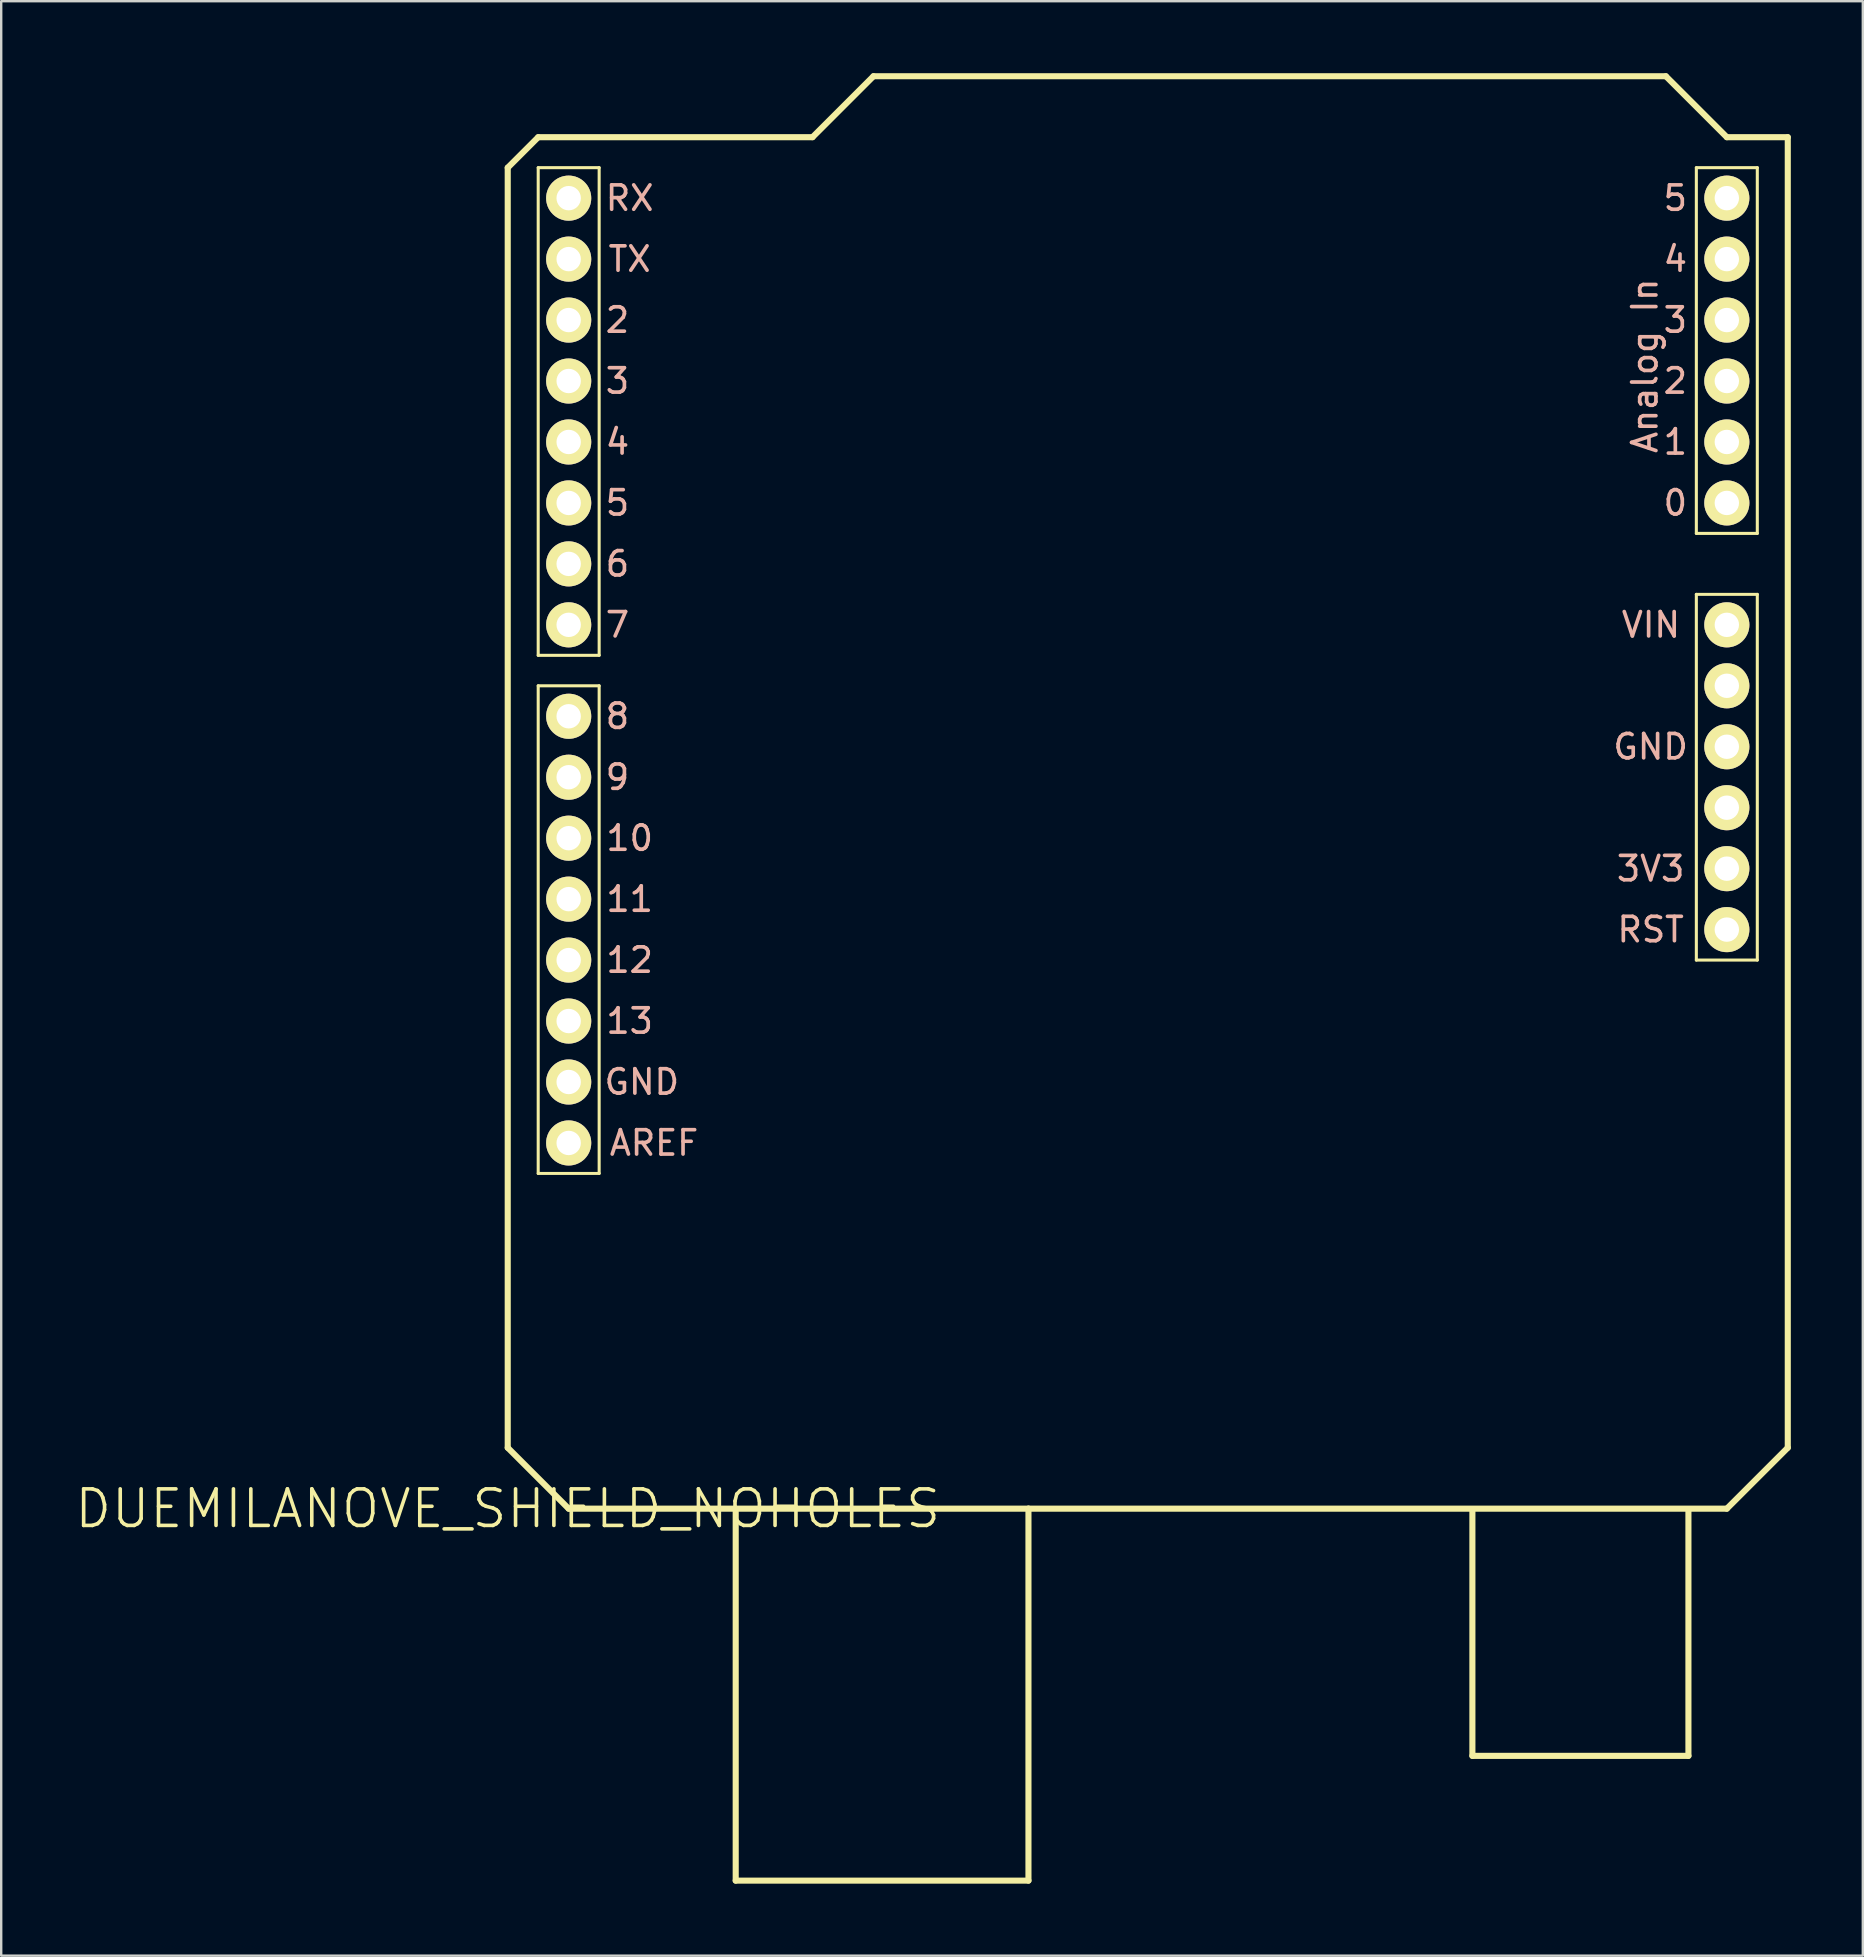
<source format=kicad_pcb>
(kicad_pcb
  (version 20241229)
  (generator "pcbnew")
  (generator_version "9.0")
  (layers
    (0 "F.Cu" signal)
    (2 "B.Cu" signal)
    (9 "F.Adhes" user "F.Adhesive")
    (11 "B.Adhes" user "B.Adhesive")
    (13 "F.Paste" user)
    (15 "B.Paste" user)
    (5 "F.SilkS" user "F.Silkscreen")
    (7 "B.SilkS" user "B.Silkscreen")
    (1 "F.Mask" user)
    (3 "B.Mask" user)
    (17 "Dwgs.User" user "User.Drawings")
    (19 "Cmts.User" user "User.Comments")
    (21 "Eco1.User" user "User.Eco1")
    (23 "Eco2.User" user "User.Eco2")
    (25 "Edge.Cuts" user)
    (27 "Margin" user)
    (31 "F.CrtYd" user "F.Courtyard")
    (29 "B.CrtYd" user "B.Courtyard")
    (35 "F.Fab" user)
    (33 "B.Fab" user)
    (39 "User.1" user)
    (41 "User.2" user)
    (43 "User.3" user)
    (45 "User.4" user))
  (footprint "DUEMILANOVE_SHIELD_NOHOLES"
    (layer "F.Cu")
    (at 18.107 59.817)
    (property "Reference" "DUEMILANOVE_SHIELD_NOHOLES" (at 0 0 0) (layer "F.SilkS") (effects (font (size 1.524 1.524) (thickness 0.15))))
    (attr exclude_from_pos_files exclude_from_bom)
    (fp_line (start 0 -55.88) (end 0 -2.54) (stroke (width 0.254) (type solid)) (layer "F.SilkS"))
    (fp_line (start 0 -2.54) (end 2.54 0) (stroke (width 0.254) (type solid)) (layer "F.SilkS"))
    (fp_line (start 1.27 -57.15) (end 0 -55.88) (stroke (width 0.254) (type solid)) (layer "F.SilkS"))
    (fp_line (start 1.27 -55.88) (end 3.81 -55.88) (stroke (width 0.127) (type solid)) (layer "F.SilkS"))
    (fp_line (start 1.27 -35.56) (end 1.27 -55.88) (stroke (width 0.127) (type solid)) (layer "F.SilkS"))
    (fp_line (start 1.27 -34.29) (end 3.81 -34.29) (stroke (width 0.127) (type solid)) (layer "F.SilkS"))
    (fp_line (start 1.27 -13.97) (end 1.27 -34.29) (stroke (width 0.127) (type solid)) (layer "F.SilkS"))
    (fp_line (start 2.54 0) (end 9.5 0) (stroke (width 0.254) (type solid)) (layer "F.SilkS"))
    (fp_line (start 3.81 -55.88) (end 3.81 -35.56) (stroke (width 0.127) (type solid)) (layer "F.SilkS"))
    (fp_line (start 3.81 -35.56) (end 1.27 -35.56) (stroke (width 0.127) (type solid)) (layer "F.SilkS"))
    (fp_line (start 3.81 -34.29) (end 3.81 -13.97) (stroke (width 0.127) (type solid)) (layer "F.SilkS"))
    (fp_line (start 3.81 -13.97) (end 1.27 -13.97) (stroke (width 0.127) (type solid)) (layer "F.SilkS"))
    (fp_line (start 9.5 0) (end 21.699 0) (stroke (width 0.254) (type solid)) (layer "F.SilkS"))
    (fp_line (start 9.5 15.499) (end 9.5 0) (stroke (width 0.254) (type solid)) (layer "F.SilkS"))
    (fp_line (start 9.5 15.499) (end 21.699 15.499) (stroke (width 0.254) (type solid)) (layer "F.SilkS"))
    (fp_line (start 12.7 -57.15) (end 1.27 -57.15) (stroke (width 0.254) (type solid)) (layer "F.SilkS"))
    (fp_line (start 15.24 -59.69) (end 12.7 -57.15) (stroke (width 0.254) (type solid)) (layer "F.SilkS"))
    (fp_line (start 21.699 0) (end 50.8 0) (stroke (width 0.254) (type solid)) (layer "F.SilkS"))
    (fp_line (start 21.699 15.499) (end 21.699 0) (stroke (width 0.254) (type solid)) (layer "F.SilkS"))
    (fp_line (start 40.198 10.3) (end 40.198 0.099) (stroke (width 0.254) (type solid)) (layer "F.SilkS"))
    (fp_line (start 40.198 10.3) (end 49.2 10.3) (stroke (width 0.254) (type solid)) (layer "F.SilkS"))
    (fp_line (start 48.26 -59.69) (end 15.24 -59.69) (stroke (width 0.254) (type solid)) (layer "F.SilkS"))
    (fp_line (start 49.2 10.3) (end 49.2 0.099) (stroke (width 0.254) (type solid)) (layer "F.SilkS"))
    (fp_line (start 49.53 -55.88) (end 52.07 -55.88) (stroke (width 0.127) (type solid)) (layer "F.SilkS"))
    (fp_line (start 49.53 -40.64) (end 49.53 -55.88) (stroke (width 0.127) (type solid)) (layer "F.SilkS"))
    (fp_line (start 49.53 -38.1) (end 52.07 -38.1) (stroke (width 0.127) (type solid)) (layer "F.SilkS"))
    (fp_line (start 49.53 -22.86) (end 49.53 -38.1) (stroke (width 0.127) (type solid)) (layer "F.SilkS"))
    (fp_line (start 50.8 -57.15) (end 48.26 -59.69) (stroke (width 0.254) (type solid)) (layer "F.SilkS"))
    (fp_line (start 50.8 0) (end 53.34 -2.54) (stroke (width 0.254) (type solid)) (layer "F.SilkS"))
    (fp_line (start 52.07 -55.88) (end 52.07 -40.64) (stroke (width 0.127) (type solid)) (layer "F.SilkS"))
    (fp_line (start 52.07 -40.64) (end 49.53 -40.64) (stroke (width 0.127) (type solid)) (layer "F.SilkS"))
    (fp_line (start 52.07 -38.1) (end 52.07 -22.86) (stroke (width 0.127) (type solid)) (layer "F.SilkS"))
    (fp_line (start 52.07 -22.86) (end 49.53 -22.86) (stroke (width 0.127) (type solid)) (layer "F.SilkS"))
    (fp_line (start 53.34 -57.15) (end 50.8 -57.15) (stroke (width 0.254) (type solid)) (layer "F.SilkS"))
    (fp_line (start 53.34 -2.54) (end 53.34 -57.15) (stroke (width 0.254) (type solid)) (layer "F.SilkS"))
    (fp_text user "GND" (at 5.588 -17.78 0) (layer "B.SilkS") (effects (font (size 1.016 1.016) (thickness 0.152))))
    (fp_text user "6" (at 4.572 -39.37 0) (layer "B.SilkS") (effects (font (size 1.016 1.016) (thickness 0.152))))
    (fp_text user "9" (at 4.572 -30.48 0) (layer "B.SilkS") (effects (font (size 1.016 1.016) (thickness 0.152))))
    (fp_text user "13" (at 5.08 -20.32 0) (layer "B.SilkS") (effects (font (size 1.016 1.016) (thickness 0.152))))
    (fp_text user "Analog In" (at 47.384 -47.625 270) (layer "B.SilkS") (effects (font (size 1.016 1.016) (thickness 0.152))))
    (fp_text user "5" (at 4.572 -41.91 0) (layer "B.SilkS") (effects (font (size 1.016 1.016) (thickness 0.152))))
    (fp_text user "11" (at 5.08 -25.4 0) (layer "B.SilkS") (effects (font (size 1.016 1.016) (thickness 0.152))))
    (fp_text user "0" (at 48.654 -41.91 180) (layer "B.SilkS") (effects (font (size 1.016 1.016) (thickness 0.152))))
    (fp_text user "RX" (at 5.08 -54.61 0) (layer "B.SilkS") (effects (font (size 1.016 1.016) (thickness 0.152))))
    (fp_text user "TX" (at 5.08 -52.07 0) (layer "B.SilkS") (effects (font (size 1.016 1.016) (thickness 0.152))))
    (fp_text user "GND" (at 47.625 -31.75 180) (layer "B.SilkS") (effects (font (size 1.016 1.016) (thickness 0.152))))
    (fp_text user "2" (at 48.654 -46.99 180) (layer "B.SilkS") (effects (font (size 1.016 1.016) (thickness 0.152))))
    (fp_text user "3V3" (at 47.625 -26.67 180) (layer "B.SilkS") (effects (font (size 1.016 1.016) (thickness 0.152))))
    (fp_text user "8" (at 4.572 -33.02 0) (layer "B.SilkS") (effects (font (size 1.016 1.016) (thickness 0.152))))
    (fp_text user "VIN" (at 47.638 -36.83 180) (layer "B.SilkS") (effects (font (size 1.016 1.016) (thickness 0.152))))
    (fp_text user "7" (at 4.572 -36.83 0) (layer "B.SilkS") (effects (font (size 1.016 1.016) (thickness 0.152))))
    (fp_text user "12" (at 5.08 -22.86 0) (layer "B.SilkS") (effects (font (size 1.016 1.016) (thickness 0.152))))
    (fp_text user "4" (at 4.572 -44.45 0) (layer "B.SilkS") (effects (font (size 1.016 1.016) (thickness 0.152))))
    (fp_text user "10" (at 5.08 -27.94 0) (layer "B.SilkS") (effects (font (size 1.016 1.016) (thickness 0.152))))
    (fp_text user "3" (at 48.654 -49.53 180) (layer "B.SilkS") (effects (font (size 1.016 1.016) (thickness 0.152))))
    (fp_text user "1" (at 48.654 -44.45 180) (layer "B.SilkS") (effects (font (size 1.016 1.016) (thickness 0.152))))
    (fp_text user "AREF" (at 6.096 -15.24 0) (layer "B.SilkS") (effects (font (size 1.016 1.016) (thickness 0.152))))
    (fp_text user "2" (at 4.572 -49.53 0) (layer "B.SilkS") (effects (font (size 1.016 1.016) (thickness 0.152))))
    (fp_text user "3" (at 4.572 -46.99 0) (layer "B.SilkS") (effects (font (size 1.016 1.016) (thickness 0.152))))
    (fp_text user "RST" (at 47.625 -24.13 180) (layer "B.SilkS") (effects (font (size 1.016 1.016) (thickness 0.152))))
    (fp_text user "4" (at 48.654 -52.07 180) (layer "B.SilkS") (effects (font (size 1.016 1.016) (thickness 0.152))))
    (fp_text user "5" (at 48.654 -54.61 180) (layer "B.SilkS") (effects (font (size 1.016 1.016) (thickness 0.152))))
    (pad "3.3V" thru_hole circle (at 50.8 -26.67) (size 1.88 1.88) (drill 1.016) (layers "*.Cu" "F.Mask" "F.SilkS" "F.Paste"))
    (pad "5V" thru_hole circle (at 50.8 -29.21) (size 1.88 1.88) (drill 1.016) (layers "*.Cu" "F.Mask" "F.SilkS" "F.Paste"))
    (pad "A0" thru_hole circle (at 50.8 -41.91) (size 1.88 1.88) (drill 1.016) (layers "*.Cu" "F.Mask" "F.SilkS" "F.Paste"))
    (pad "A1" thru_hole circle (at 50.8 -44.45) (size 1.88 1.88) (drill 1.016) (layers "*.Cu" "F.Mask" "F.SilkS" "F.Paste"))
    (pad "A2" thru_hole circle (at 50.8 -46.99) (size 1.88 1.88) (drill 1.016) (layers "*.Cu" "F.Mask" "F.SilkS" "F.Paste"))
    (pad "A3" thru_hole circle (at 50.8 -49.53) (size 1.88 1.88) (drill 1.016) (layers "*.Cu" "F.Mask" "F.SilkS" "F.Paste"))
    (pad "A4" thru_hole circle (at 50.8 -52.07) (size 1.88 1.88) (drill 1.016) (layers "*.Cu" "F.Mask" "F.SilkS" "F.Paste"))
    (pad "A5" thru_hole circle (at 50.8 -54.61) (size 1.88 1.88) (drill 1.016) (layers "*.Cu" "F.Mask" "F.SilkS" "F.Paste"))
    (pad "AREF" thru_hole circle (at 2.54 -15.24) (size 1.88 1.88) (drill 1.016) (layers "*.Cu" "F.Mask" "F.SilkS" "F.Paste"))
    (pad "D2" thru_hole circle (at 2.54 -49.53) (size 1.88 1.88) (drill 1.016) (layers "*.Cu" "F.Mask" "F.SilkS" "F.Paste"))
    (pad "D3" thru_hole circle (at 2.54 -46.99) (size 1.88 1.88) (drill 1.016) (layers "*.Cu" "F.Mask" "F.SilkS" "F.Paste"))
    (pad "D4" thru_hole circle (at 2.54 -44.45) (size 1.88 1.88) (drill 1.016) (layers "*.Cu" "F.Mask" "F.SilkS" "F.Paste"))
    (pad "D5" thru_hole circle (at 2.54 -41.91) (size 1.88 1.88) (drill 1.016) (layers "*.Cu" "F.Mask" "F.SilkS" "F.Paste"))
    (pad "D6" thru_hole circle (at 2.54 -39.37) (size 1.88 1.88) (drill 1.016) (layers "*.Cu" "F.Mask" "F.SilkS" "F.Paste"))
    (pad "D7" thru_hole circle (at 2.54 -36.83) (size 1.88 1.88) (drill 1.016) (layers "*.Cu" "F.Mask" "F.SilkS" "F.Paste"))
    (pad "D8" thru_hole circle (at 2.54 -33.02) (size 1.88 1.88) (drill 1.016) (layers "*.Cu" "F.Mask" "F.SilkS" "F.Paste"))
    (pad "D9" thru_hole circle (at 2.54 -30.48) (size 1.88 1.88) (drill 1.016) (layers "*.Cu" "F.Mask" "F.SilkS" "F.Paste"))
    (pad "D10" thru_hole circle (at 2.54 -27.94) (size 1.88 1.88) (drill 1.016) (layers "*.Cu" "F.Mask" "F.SilkS" "F.Paste"))
    (pad "D11" thru_hole circle (at 2.54 -25.4) (size 1.88 1.88) (drill 1.016) (layers "*.Cu" "F.Mask" "F.SilkS" "F.Paste"))
    (pad "D12" thru_hole circle (at 2.54 -22.86) (size 1.88 1.88) (drill 1.016) (layers "*.Cu" "F.Mask" "F.SilkS" "F.Paste"))
    (pad "D13" thru_hole circle (at 2.54 -20.32) (size 1.88 1.88) (drill 1.016) (layers "*.Cu" "F.Mask" "F.SilkS" "F.Paste"))
    (pad "GND@" thru_hole circle (at 2.54 -17.78) (size 1.88 1.88) (drill 1.016) (layers "*.Cu" "F.Mask" "F.SilkS" "F.Paste"))
    (pad "GND@" thru_hole circle (at 50.8 -34.29) (size 1.88 1.88) (drill 1.016) (layers "*.Cu" "F.Mask" "F.SilkS" "F.Paste"))
    (pad "GND@" thru_hole circle (at 50.8 -31.75) (size 1.88 1.88) (drill 1.016) (layers "*.Cu" "F.Mask" "F.SilkS" "F.Paste"))
    (pad "RES" thru_hole circle (at 50.8 -24.13) (size 1.88 1.88) (drill 1.016) (layers "*.Cu" "F.Mask" "F.SilkS" "F.Paste"))
    (pad "RX" thru_hole circle (at 2.54 -54.61) (size 1.88 1.88) (drill 1.016) (layers "*.Cu" "F.Mask" "F.SilkS" "F.Paste"))
    (pad "TX" thru_hole circle (at 2.54 -52.07) (size 1.88 1.88) (drill 1.016) (layers "*.Cu" "F.Mask" "F.SilkS" "F.Paste"))
    (pad "VIN" thru_hole circle (at 50.8 -36.83) (size 1.88 1.88) (drill 1.016) (layers "*.Cu" "F.Mask" "F.SilkS" "F.Paste")))
  (gr_rect
    (start -3 -3)
    (end 74.574 78.443)
    (stroke (width 0.1) (type default))
    (fill no)
    (layer "Edge.Cuts")))
</source>
